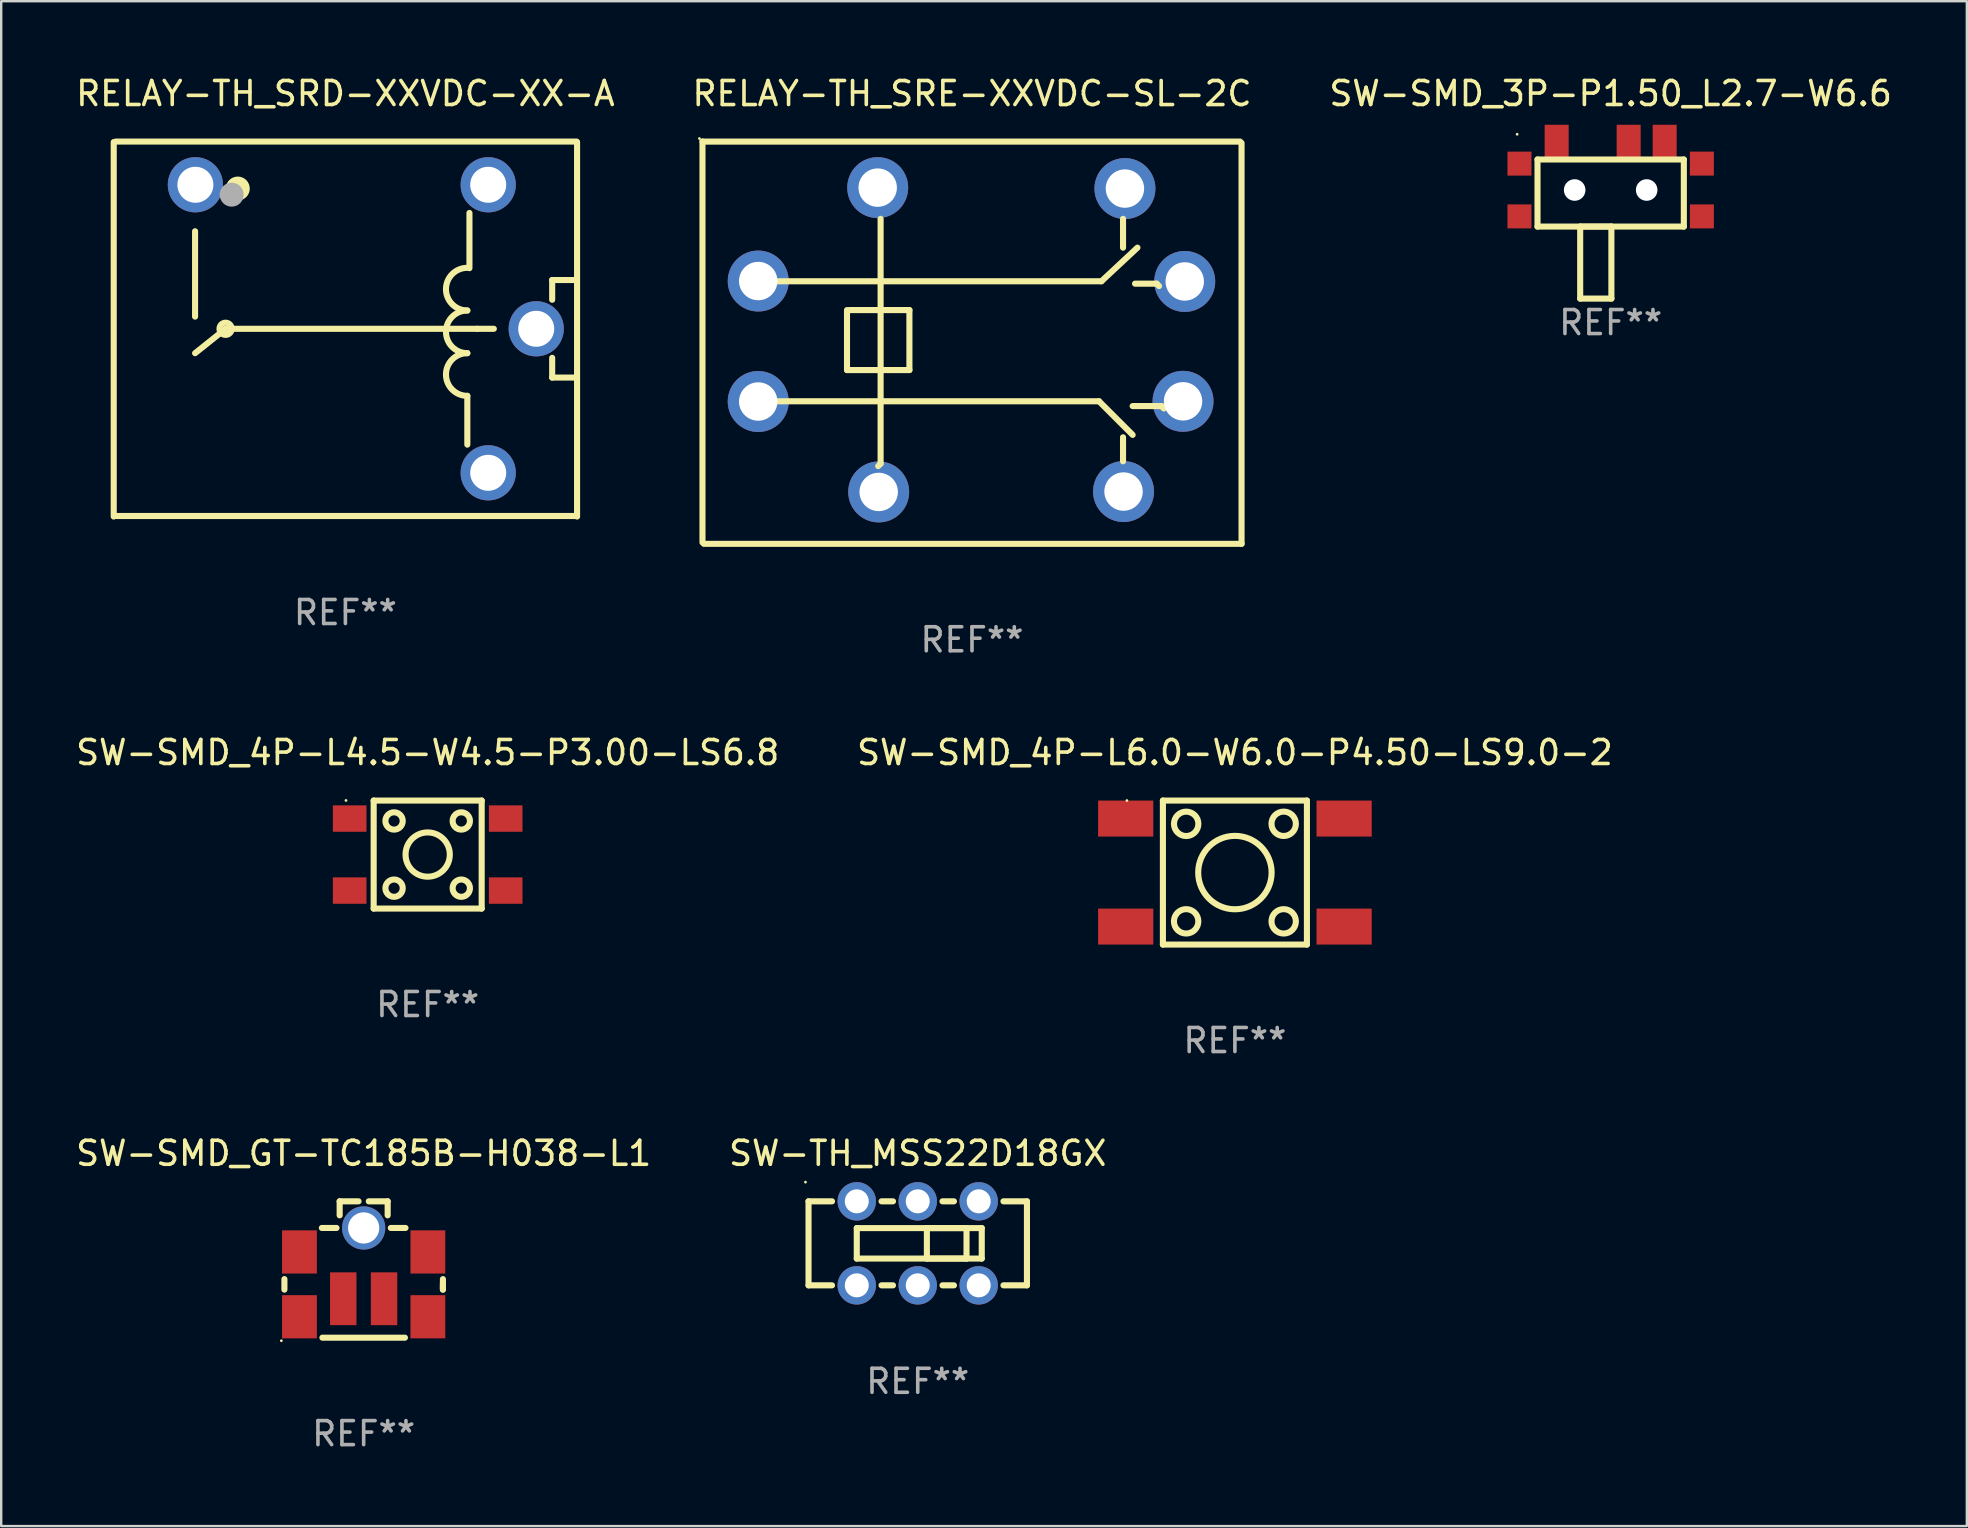
<source format=kicad_pcb>
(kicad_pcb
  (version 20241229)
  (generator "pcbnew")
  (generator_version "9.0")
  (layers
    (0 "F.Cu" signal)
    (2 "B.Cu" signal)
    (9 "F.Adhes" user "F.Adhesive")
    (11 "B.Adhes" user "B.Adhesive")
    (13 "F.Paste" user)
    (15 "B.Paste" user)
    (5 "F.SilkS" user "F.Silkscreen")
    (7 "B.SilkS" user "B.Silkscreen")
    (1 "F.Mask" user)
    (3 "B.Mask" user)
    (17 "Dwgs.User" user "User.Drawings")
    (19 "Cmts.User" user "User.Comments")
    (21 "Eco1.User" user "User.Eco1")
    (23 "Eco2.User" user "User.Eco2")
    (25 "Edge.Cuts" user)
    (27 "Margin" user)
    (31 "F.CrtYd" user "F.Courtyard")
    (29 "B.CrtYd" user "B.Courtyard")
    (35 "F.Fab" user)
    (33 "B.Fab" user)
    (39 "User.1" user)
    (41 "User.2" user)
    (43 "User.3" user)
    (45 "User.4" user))
  (footprint "RELAY-TH_SRE-XXVDC-SL-2C"
    (layer "F.Cu")
    (at 37.424 11.106)
    (property "Reference" "RELAY-TH_SRE-XXVDC-SL-2C" (at 0.022 -10.257 0) (layer "F.SilkS") (effects (font (size 1 1) (thickness 0.15))))
    (attr through_hole)
    (fp_line (start -11.207 -8.257) (end -11.207 8.443) (stroke (width 0.254) (type solid)) (layer "F.SilkS"))
    (fp_line (start -11.207 -8.257) (end 11.193 -8.257) (stroke (width 0.254) (type solid)) (layer "F.SilkS"))
    (fp_line (start -8.886 -2.438) (end 5.414 -2.438) (stroke (width 0.254) (type solid)) (layer "F.SilkS"))
    (fp_line (start -8.886 2.562) (end 5.314 2.562) (stroke (width 0.254) (type solid)) (layer "F.SilkS"))
    (fp_line (start -5.186 1.262) (end -5.186 -1.238) (stroke (width 0.254) (type solid)) (layer "F.SilkS"))
    (fp_line (start -5.086 -1.238) (end -2.586 -1.238) (stroke (width 0.254) (type solid)) (layer "F.SilkS"))
    (fp_line (start -3.786 -5.038) (end -3.786 5.162) (stroke (width 0.254) (type solid)) (layer "F.SilkS"))
    (fp_line (start -3.786 5.162) (end -3.886 5.262) (stroke (width 0.254) (type solid)) (layer "F.SilkS"))
    (fp_line (start -2.586 -1.238) (end -2.586 1.262) (stroke (width 0.254) (type solid)) (layer "F.SilkS"))
    (fp_line (start -2.586 1.262) (end -5.186 1.262) (stroke (width 0.254) (type solid)) (layer "F.SilkS"))
    (fp_line (start 5.314 2.562) (end 6.714 3.962) (stroke (width 0.254) (type solid)) (layer "F.SilkS"))
    (fp_line (start 5.414 -2.438) (end 6.914 -3.838) (stroke (width 0.254) (type solid)) (layer "F.SilkS"))
    (fp_line (start 6.314 -5.038) (end 6.314 -3.838) (stroke (width 0.254) (type solid)) (layer "F.SilkS"))
    (fp_line (start 6.314 4.062) (end 6.314 5.062) (stroke (width 0.254) (type solid)) (layer "F.SilkS"))
    (fp_line (start 6.714 2.762) (end 7.914 2.762) (stroke (width 0.254) (type solid)) (layer "F.SilkS"))
    (fp_line (start 6.814 -2.338) (end 7.714 -2.338) (stroke (width 0.254) (type solid)) (layer "F.SilkS"))
    (fp_line (start 7.714 -2.338) (end 7.814 -2.238) (stroke (width 0.254) (type solid)) (layer "F.SilkS"))
    (fp_line (start 7.914 2.762) (end 8.014 2.862) (stroke (width 0.254) (type solid)) (layer "F.SilkS"))
    (fp_line (start 11.252 8.501) (end -11.148 8.501) (stroke (width 0.254) (type solid)) (layer "F.SilkS"))
    (fp_line (start 11.252 8.501) (end 11.252 -8.199) (stroke (width 0.254) (type solid)) (layer "F.SilkS"))
    (fp_circle (center -11.334 -8.384) (end -11.304 -8.384) (stroke (width 0.06) (type solid)) (fill no) (layer "F.SilkS"))
    (fp_text user "REF**" (at 0.022 12.501 0) (layer "F.Fab") (effects (font (size 1 1) (thickness 0.15))))
    (pad "1" thru_hole circle (at -3.907 -6.339) (size 2.54 2.54) (drill 1.6) (layers "*.Cu" "*.Mask"))
    (pad "2" thru_hole circle (at -3.866 6.339) (size 2.54 2.54) (drill 1.6) (layers "*.Cu" "*.Mask"))
    (pad "3" thru_hole circle (at -8.885 -2.447) (size 2.54 2.54) (drill 1.6) (layers "*.Cu" "*.Mask"))
    (pad "4" thru_hole circle (at 6.393 -6.3) (size 2.54 2.54) (drill 1.6) (layers "*.Cu" "*.Mask"))
    (pad "5" thru_hole circle (at 8.885 -2.43) (size 2.54 2.54) (drill 1.6) (layers "*.Cu" "*.Mask"))
    (pad "6" thru_hole circle (at -8.885 2.572) (size 2.54 2.54) (drill 1.6) (layers "*.Cu" "*.Mask"))
    (pad "7" thru_hole circle (at 6.335 6.323) (size 2.54 2.54) (drill 1.6) (layers "*.Cu" "*.Mask"))
    (pad "8" thru_hole circle (at 8.814 2.564) (size 2.54 2.54) (drill 1.6) (layers "*.Cu" "*.Mask")))
  (footprint "SW-SMD_4P-L4.5-W4.5-P3.00-LS6.8"
    (layer "F.Cu")
    (at 14.768 32.553)
    (property "Reference" "SW-SMD_4P-L4.5-W4.5-P3.00-LS6.8" (at 0 -4.25 0) (layer "F.SilkS") (effects (font (size 1 1) (thickness 0.15))))
    (attr smd)
    (fp_line (start -2.25 -2.25) (end 2.25 -2.25) (stroke (width 0.254) (type solid)) (layer "F.SilkS"))
    (fp_line (start -2.25 2.25) (end -2.25 -2.25) (stroke (width 0.254) (type solid)) (layer "F.SilkS"))
    (fp_line (start 2.25 -2.25) (end 2.25 2.25) (stroke (width 0.254) (type solid)) (layer "F.SilkS"))
    (fp_line (start 2.25 2.25) (end -2.25 2.25) (stroke (width 0.254) (type solid)) (layer "F.SilkS"))
    (fp_circle (center -3.403 -2.255) (end -3.373 -2.255) (stroke (width 0.06) (type solid)) (fill no) (layer "F.SilkS"))
    (fp_circle (center -1.4 -1.4) (end -1.039 -1.4) (stroke (width 0.254) (type solid)) (fill no) (layer "F.SilkS"))
    (fp_circle (center -1.4 1.4) (end -1.039 1.4) (stroke (width 0.254) (type solid)) (fill no) (layer "F.SilkS"))
    (fp_circle (center 0 -0.000127) (end 0.922 -0.000127) (stroke (width 0.254) (type solid)) (fill no) (layer "F.SilkS"))
    (fp_circle (center 1.4 -1.4) (end 1.761 -1.4) (stroke (width 0.254) (type solid)) (fill no) (layer "F.SilkS"))
    (fp_circle (center 1.4 1.4) (end 1.761 1.4) (stroke (width 0.254) (type solid)) (fill no) (layer "F.SilkS"))
    (fp_text user "REF**" (at 0 6.25 0) (layer "F.Fab") (effects (font (size 1 1) (thickness 0.15))))
    (pad "1" smd rect (at -3.25 -1.5) (size 1.4 1.1) (layers "F.Cu" "F.Mask" "F.Paste"))
    (pad "2" smd rect (at 3.25 -1.5) (size 1.4 1.1) (layers "F.Cu" "F.Mask" "F.Paste"))
    (pad "3" smd rect (at -3.25 1.5) (size 1.4 1.1) (layers "F.Cu" "F.Mask" "F.Paste"))
    (pad "4" smd rect (at 3.25 1.5) (size 1.4 1.1) (layers "F.Cu" "F.Mask" "F.Paste")))
  (footprint "SW-SMD_3P-P1.50_L2.7-W6.6"
    (layer "F.Cu")
    (at 64.054 4.407)
    (property "Reference" "SW-SMD_3P-P1.50_L2.7-W6.6" (at 0 -3.559 0) (layer "F.SilkS") (effects (font (size 1 1) (thickness 0.15))))
    (attr smd)
    (fp_line (start -3.048 -0.811) (end 3.048 -0.811) (stroke (width 0.254) (type solid)) (layer "F.SilkS"))
    (fp_line (start -3.048 1.983) (end -3.048 -0.811) (stroke (width 0.254) (type solid)) (layer "F.SilkS"))
    (fp_line (start -3.048 1.983) (end 3.048 1.983) (stroke (width 0.254) (type solid)) (layer "F.SilkS"))
    (fp_line (start -1.27 1.983) (end -1.27 4.983) (stroke (width 0.254) (type solid)) (layer "F.SilkS"))
    (fp_line (start -1.27 4.983) (end 0.03 4.983) (stroke (width 0.254) (type solid)) (layer "F.SilkS"))
    (fp_line (start 0.03 1.983) (end -1.27 1.983) (stroke (width 0.254) (type solid)) (layer "F.SilkS"))
    (fp_line (start 0.03 4.983) (end 0.03 1.983) (stroke (width 0.254) (type solid)) (layer "F.SilkS"))
    (fp_line (start 3.048 -0.811) (end 3.048 1.983) (stroke (width 0.254) (type solid)) (layer "F.SilkS"))
    (fp_circle (center -3.897 -1.863) (end -3.867 -1.863) (stroke (width 0.06) (type solid)) (fill no) (layer "F.SilkS"))
    (fp_circle (center -1.5 0.459) (end -1.31 0.459) (stroke (width 0.38) (type solid)) (fill no) (layer "F.Fab"))
    (fp_circle (center 1.5 0.459) (end 1.69 0.459) (stroke (width 0.38) (type solid)) (fill no) (layer "F.Fab"))
    (fp_text user "REF**" (at 0 5.983 0) (layer "F.Fab") (effects (font (size 1 1) (thickness 0.15))))
    (pad "" np_thru_hole circle (at -1.5 0.459) (size 0.9 0.9) (drill 0.9) (layers "*.Cu" "*.Mask"))
    (pad "" np_thru_hole circle (at 1.5 0.459) (size 0.9 0.9) (drill 0.9) (layers "*.Cu" "*.Mask"))
    (pad "0" smd rect (at -3.8 -0.641) (size 1 1) (layers "F.Cu" "F.Mask" "F.Paste"))
    (pad "0" smd rect (at -3.8 1.559) (size 1 1) (layers "F.Cu" "F.Mask" "F.Paste"))
    (pad "0" smd rect (at 3.8 -0.641) (size 1 1) (layers "F.Cu" "F.Mask" "F.Paste"))
    (pad "0" smd rect (at 3.8 1.559) (size 1 1) (layers "F.Cu" "F.Mask" "F.Paste"))
    (pad "1" smd rect (at -2.25 -1.559) (size 1 1.4) (layers "F.Cu" "F.Mask" "F.Paste"))
    (pad "2" smd rect (at 0.75 -1.559) (size 1 1.4) (layers "F.Cu" "F.Mask" "F.Paste"))
    (pad "3" smd rect (at 2.25 -1.559) (size 1 1.4) (layers "F.Cu" "F.Mask" "F.Paste")))
  (footprint "SW-TH_MSS22D18GX"
    (layer "F.Cu")
    (at 35.185 48.75)
    (property "Reference" "SW-TH_MSS22D18GX" (at 0 -3.75 0) (layer "F.SilkS") (effects (font (size 1 1) (thickness 0.15))))
    (attr through_hole)
    (fp_line (start -4.55 -1.75) (end -4.55 1.75) (stroke (width 0.254) (type solid)) (layer "F.SilkS"))
    (fp_line (start -4.55 -1.75) (end -3.571 -1.75) (stroke (width 0.254) (type solid)) (layer "F.SilkS"))
    (fp_line (start -4.55 1.75) (end -3.571 1.75) (stroke (width 0.254) (type solid)) (layer "F.SilkS"))
    (fp_line (start -2.54 -0.635) (end -2.54 0.635) (stroke (width 0.254) (type solid)) (layer "F.SilkS"))
    (fp_line (start -2.54 0.635) (end 2.667 0.635) (stroke (width 0.254) (type solid)) (layer "F.SilkS"))
    (fp_line (start -1.509 -1.75) (end -1.031 -1.75) (stroke (width 0.254) (type solid)) (layer "F.SilkS"))
    (fp_line (start -1.509 1.75) (end -1.031 1.75) (stroke (width 0.254) (type solid)) (layer "F.SilkS"))
    (fp_line (start 0.381 -0.635) (end 0.381 0.635) (stroke (width 0.254) (type solid)) (layer "F.SilkS"))
    (fp_line (start 0.381 0.635) (end 2.032 0.635) (stroke (width 0.254) (type solid)) (layer "F.SilkS"))
    (fp_line (start 1.031 -1.75) (end 1.509 -1.75) (stroke (width 0.254) (type solid)) (layer "F.SilkS"))
    (fp_line (start 1.031 1.75) (end 1.509 1.75) (stroke (width 0.254) (type solid)) (layer "F.SilkS"))
    (fp_line (start 2.032 -0.635) (end 0.381 -0.635) (stroke (width 0.254) (type solid)) (layer "F.SilkS"))
    (fp_line (start 2.032 0.635) (end 2.032 -0.635) (stroke (width 0.254) (type solid)) (layer "F.SilkS"))
    (fp_line (start 2.667 -0.635) (end -2.54 -0.635) (stroke (width 0.254) (type solid)) (layer "F.SilkS"))
    (fp_line (start 2.667 0.635) (end 2.667 -0.635) (stroke (width 0.254) (type solid)) (layer "F.SilkS"))
    (fp_line (start 3.571 -1.75) (end 4.55 -1.75) (stroke (width 0.254) (type solid)) (layer "F.SilkS"))
    (fp_line (start 3.571 1.75) (end 4.55 1.75) (stroke (width 0.254) (type solid)) (layer "F.SilkS"))
    (fp_line (start 4.55 -1.75) (end 4.55 1.75) (stroke (width 0.254) (type solid)) (layer "F.SilkS"))
    (fp_circle (center -4.677 -2.55) (end -4.647 -2.55) (stroke (width 0.06) (type solid)) (fill no) (layer "F.SilkS"))
    (fp_text user "REF**" (at 0 5.75 0) (layer "F.Fab") (effects (font (size 1 1) (thickness 0.15))))
    (pad "1" thru_hole circle (at -2.54 -1.75) (size 1.6 1.6) (drill 1) (layers "*.Cu" "*.Mask"))
    (pad "2" thru_hole circle (at 0 -1.75) (size 1.6 1.6) (drill 1) (layers "*.Cu" "*.Mask"))
    (pad "3" thru_hole circle (at 2.54 -1.75) (size 1.6 1.6) (drill 1) (layers "*.Cu" "*.Mask"))
    (pad "4" thru_hole circle (at -2.54 1.75) (size 1.6 1.6) (drill 1) (layers "*.Cu" "*.Mask"))
    (pad "5" thru_hole circle (at 0 1.75) (size 1.6 1.6) (drill 1) (layers "*.Cu" "*.Mask"))
    (pad "6" thru_hole circle (at 2.54 1.75) (size 1.6 1.6) (drill 1) (layers "*.Cu" "*.Mask")))
  (footprint "SW-SMD_4P-L6.0-W6.0-P4.50-LS9.0-2"
    (layer "F.Cu")
    (at 48.399 33.303)
    (property "Reference" "SW-SMD_4P-L6.0-W6.0-P4.50-LS9.0-2" (at 0 -5 0) (layer "F.SilkS") (effects (font (size 1 1) (thickness 0.15))))
    (attr smd)
    (fp_line (start -3 -3) (end 3 -3) (stroke (width 0.254) (type solid)) (layer "F.SilkS"))
    (fp_line (start -3 3) (end -3 -3) (stroke (width 0.254) (type solid)) (layer "F.SilkS"))
    (fp_line (start 3 -3) (end 3 3) (stroke (width 0.254) (type solid)) (layer "F.SilkS"))
    (fp_line (start 3 3) (end -3 3) (stroke (width 0.254) (type solid)) (layer "F.SilkS"))
    (fp_circle (center -4.5 -3) (end -4.47 -3) (stroke (width 0.06) (type solid)) (fill no) (layer "F.SilkS"))
    (fp_circle (center -2.032 2.032) (end -1.524 2.032) (stroke (width 0.254) (type solid)) (fill no) (layer "F.SilkS"))
    (fp_circle (center -2.03 -2.03) (end -1.522 -2.03) (stroke (width 0.254) (type solid)) (fill no) (layer "F.SilkS"))
    (fp_circle (center 0 0.000127) (end 1.529 0.000127) (stroke (width 0.254) (type solid)) (fill no) (layer "F.SilkS"))
    (fp_circle (center 2.032 -2.032) (end 2.54 -2.032) (stroke (width 0.254) (type solid)) (fill no) (layer "F.SilkS"))
    (fp_circle (center 2.032 2.032) (end 2.54 2.032) (stroke (width 0.254) (type solid)) (fill no) (layer "F.SilkS"))
    (fp_text user "REF**" (at 0 7 0) (layer "F.Fab") (effects (font (size 1 1) (thickness 0.15))))
    (pad "1" smd rect (at -4.55 -2.25) (size 2.3 1.5) (layers "F.Cu" "F.Mask" "F.Paste"))
    (pad "2" smd rect (at 4.55 -2.25) (size 2.3 1.5) (layers "F.Cu" "F.Mask" "F.Paste"))
    (pad "3" smd rect (at -4.55 2.25) (size 2.3 1.5) (layers "F.Cu" "F.Mask" "F.Paste"))
    (pad "4" smd rect (at 4.55 2.25) (size 2.3 1.5) (layers "F.Cu" "F.Mask" "F.Paste")))
  (footprint "RELAY-TH_SRD-XXVDC-XX-A"
    (layer "F.Cu")
    (at 12.19 10.648)
    (property "Reference" "RELAY-TH_SRD-XXVDC-XX-A" (at -0.85 -9.8 0) (layer "F.SilkS") (effects (font (size 1 1) (thickness 0.15))))
    (attr through_hole)
    (fp_line (start -10.502 -7.779) (end -10.502 7.822) (stroke (width 0.254) (type solid)) (layer "F.SilkS"))
    (fp_line (start -10.419 -7.8) (end 8.781 -7.8) (stroke (width 0.254) (type solid)) (layer "F.SilkS"))
    (fp_line (start -7.113 -4.063) (end -7.113 -0.507) (stroke (width 0.254) (type solid)) (layer "F.SilkS"))
    (fp_line (start -5.842 0.000051) (end -7.112 1.016) (stroke (width 0.254) (type solid)) (layer "F.SilkS"))
    (fp_line (start 4.23 2.794) (end 4.23 4.826) (stroke (width 0.254) (type solid)) (layer "F.SilkS"))
    (fp_line (start 4.318 -4.826) (end 4.318 -2.526) (stroke (width 0.254) (type solid)) (layer "F.SilkS"))
    (fp_line (start 4.642 0.001) (end -5.842 0.000051) (stroke (width 0.254) (type solid)) (layer "F.SilkS"))
    (fp_line (start 5.334 0.000051) (end 4.642 0.001) (stroke (width 0.254) (type solid)) (layer "F.SilkS"))
    (fp_line (start 7.765 -2.032) (end 7.765 -1.21) (stroke (width 0.254) (type solid)) (layer "F.SilkS"))
    (fp_line (start 7.765 1.21) (end 7.765 2.032) (stroke (width 0.254) (type solid)) (layer "F.SilkS"))
    (fp_line (start 7.765 2.032) (end 8.781 2.032) (stroke (width 0.254) (type solid)) (layer "F.SilkS"))
    (fp_line (start 8.781 -2.032) (end 7.765 -2.032) (stroke (width 0.254) (type solid)) (layer "F.SilkS"))
    (fp_line (start 8.781 7.8) (end -10.419 7.8) (stroke (width 0.254) (type solid)) (layer "F.SilkS"))
    (fp_line (start 8.802 -7.779) (end 8.802 7.822) (stroke (width 0.254) (type solid)) (layer "F.SilkS"))
    (fp_arc (start 4.229566 -0.761951) (mid 3.340564 -1.650953) (end 4.229566 -2.539955) (stroke (width 0.254001) (type solid)) (layer "F.SilkS"))
    (fp_arc (start 4.229566 1.016053) (mid 3.340564 0.127052) (end 4.229565 -0.761951) (stroke (width 0.254001) (type solid)) (layer "F.SilkS"))
    (fp_arc (start 4.229566 2.794056) (mid 3.340565 1.905055) (end 4.229566 1.016054) (stroke (width 0.254001) (type solid)) (layer "F.SilkS"))
    (fp_circle (center -10.5 -7.8) (end -10.47 -7.8) (stroke (width 0.06) (type solid)) (fill no) (layer "F.SilkS"))
    (fp_circle (center -5.842 0) (end -5.588 0) (stroke (width 0.254) (type solid)) (fill no) (layer "F.SilkS"))
    (fp_circle (center -5.334 -5.842) (end -5.084 -5.842) (stroke (width 0.5) (type solid)) (fill no) (layer "F.SilkS"))
    (fp_circle (center -5.588 -5.588) (end -5.338 -5.588) (stroke (width 0.5) (type solid)) (fill no) (layer "F.Fab"))
    (fp_text user "REF**" (at -0.85 11.822 0) (layer "F.Fab") (effects (font (size 1 1) (thickness 0.15))))
    (pad "1" thru_hole circle (at -7.1 -6) (size 2.3 2.3) (drill 1.5) (layers "*.Cu" "*.Mask"))
    (pad "2" thru_hole circle (at 5.1 6) (size 2.3 2.3) (drill 1.5) (layers "*.Cu" "*.Mask"))
    (pad "3" thru_hole circle (at 7.1 0) (size 2.3 2.3) (drill 1.5) (layers "*.Cu" "*.Mask"))
    (pad "4" thru_hole circle (at 5.1 -6) (size 2.3 2.3) (drill 1.5) (layers "*.Cu" "*.Mask")))
  (footprint "SW-SMD_GT-TC185B-H038-L1"
    (layer "F.Cu")
    (at 12.101 49.959)
    (property "Reference" "SW-SMD_GT-TC185B-H038-L1" (at -0.000127 -4.959 0) (layer "F.SilkS") (effects (font (size 1 1) (thickness 0.15))))
    (attr through_hole)
    (fp_line (start -3.302 0.281) (end -3.302 0.719) (stroke (width 0.254) (type solid)) (layer "F.SilkS"))
    (fp_line (start -1.719 2.722) (end 1.719 2.722) (stroke (width 0.254) (type solid)) (layer "F.SilkS"))
    (fp_line (start -1.131 -1.85) (end -1.742 -1.85) (stroke (width 0.254) (type solid)) (layer "F.SilkS"))
    (fp_line (start -1 -2.959) (end -1 -2.376) (stroke (width 0.254) (type solid)) (layer "F.SilkS"))
    (fp_line (start -0.213 -2.959) (end -1 -2.959) (stroke (width 0.254) (type solid)) (layer "F.SilkS"))
    (fp_line (start 1 -2.959) (end 0.213 -2.959) (stroke (width 0.254) (type solid)) (layer "F.SilkS"))
    (fp_line (start 1 -2.959) (end 1 -2.376) (stroke (width 0.254) (type solid)) (layer "F.SilkS"))
    (fp_line (start 1.131 -1.85) (end 1.742 -1.85) (stroke (width 0.254) (type solid)) (layer "F.SilkS"))
    (fp_line (start 3.302 0.281) (end 3.302 0.719) (stroke (width 0.254) (type solid)) (layer "F.SilkS"))
    (fp_line (start 3.302 0.478) (end 3.302 0.719) (stroke (width 0.254) (type solid)) (layer "F.SilkS"))
    (fp_circle (center -3.429 2.849) (end -3.399 2.849) (stroke (width 0.06) (type solid)) (fill no) (layer "F.SilkS"))
    (fp_text user "REF**" (at -0.000127 6.722 0) (layer "F.Fab") (effects (font (size 1 1) (thickness 0.15))))
    (pad "1" smd rect (at -0.85 1.1) (size 1.1 2.2) (layers "F.Cu" "F.Mask" "F.Paste"))
    (pad "2" smd rect (at 0.85 1.1) (size 1.1 2.2) (layers "F.Cu" "F.Mask" "F.Paste"))
    (pad "3" smd rect (at -2.675 1.85) (size 1.45 1.8) (layers "F.Cu" "F.Mask" "F.Paste"))
    (pad "3" thru_hole circle (at -0.000127 -1.85) (size 1.8 1.8) (drill 1.3) (layers "*.Cu" "*.Mask"))
    (pad "3" smd rect (at 2.675 1.85) (size 1.45 1.8) (layers "F.Cu" "F.Mask" "F.Paste"))
    (pad "4" smd rect (at -2.675 -0.85) (size 1.45 1.8) (layers "F.Cu" "F.Mask" "F.Paste"))
    (pad "4" smd rect (at 2.675 -0.85) (size 1.45 1.8) (layers "F.Cu" "F.Mask" "F.Paste")))
  (gr_rect
    (start -3 -3)
    (end 78.893 60.529)
    (stroke (width 0.1) (type default))
    (fill no)
    (layer "Edge.Cuts")))
</source>
